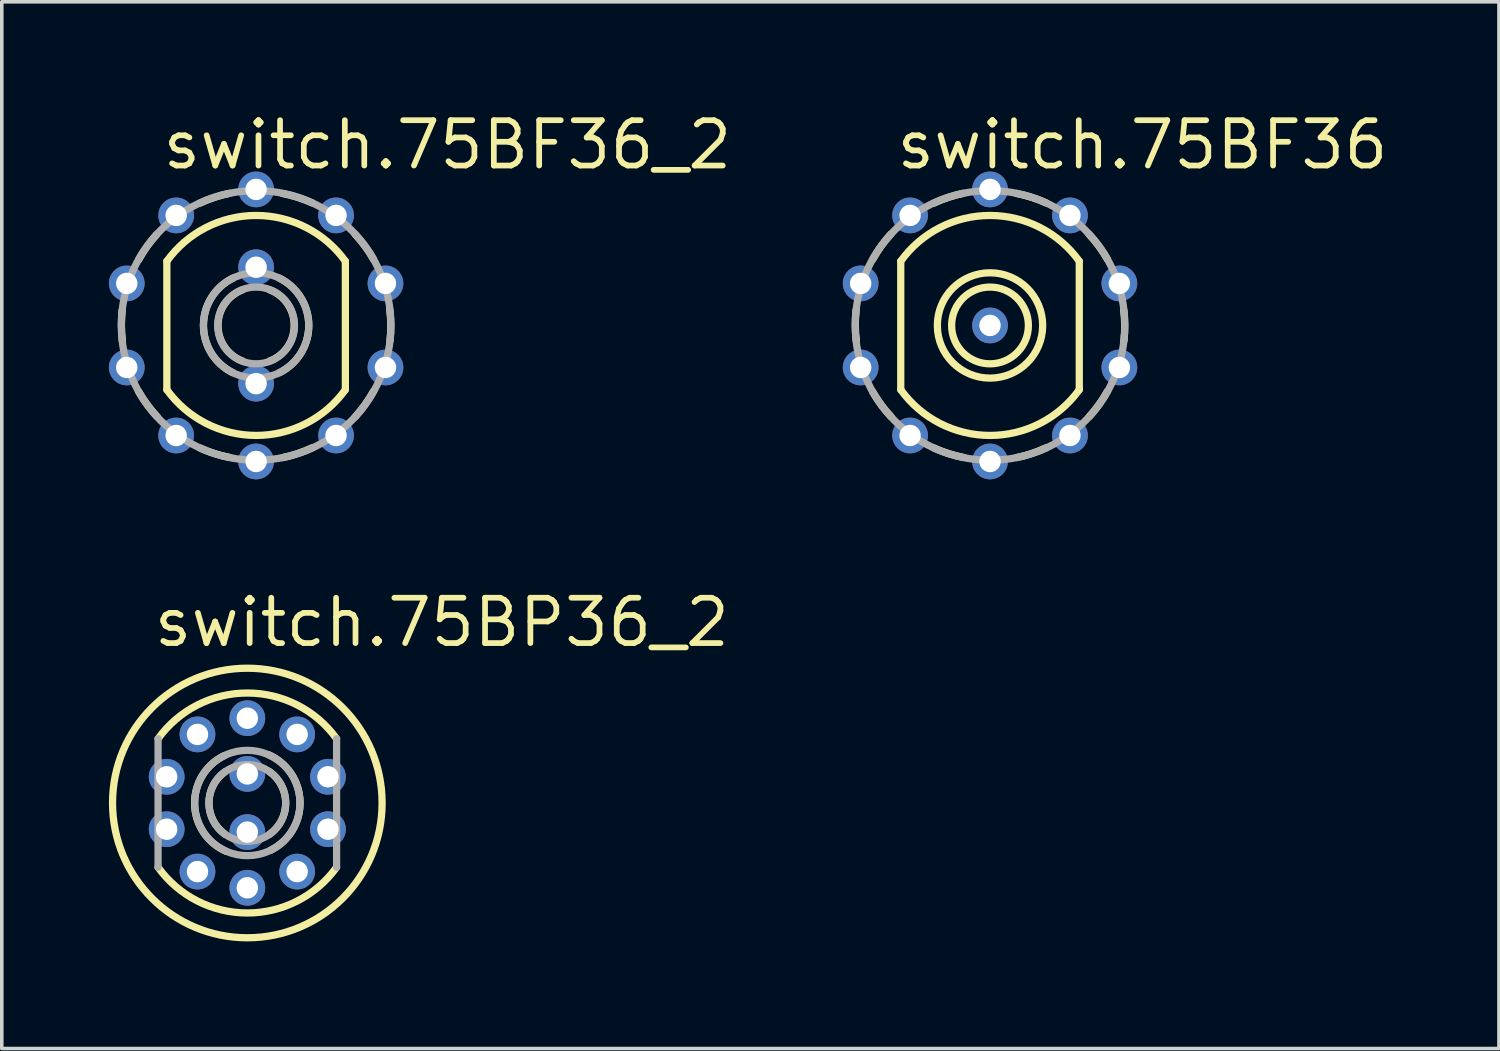
<source format=kicad_pcb>
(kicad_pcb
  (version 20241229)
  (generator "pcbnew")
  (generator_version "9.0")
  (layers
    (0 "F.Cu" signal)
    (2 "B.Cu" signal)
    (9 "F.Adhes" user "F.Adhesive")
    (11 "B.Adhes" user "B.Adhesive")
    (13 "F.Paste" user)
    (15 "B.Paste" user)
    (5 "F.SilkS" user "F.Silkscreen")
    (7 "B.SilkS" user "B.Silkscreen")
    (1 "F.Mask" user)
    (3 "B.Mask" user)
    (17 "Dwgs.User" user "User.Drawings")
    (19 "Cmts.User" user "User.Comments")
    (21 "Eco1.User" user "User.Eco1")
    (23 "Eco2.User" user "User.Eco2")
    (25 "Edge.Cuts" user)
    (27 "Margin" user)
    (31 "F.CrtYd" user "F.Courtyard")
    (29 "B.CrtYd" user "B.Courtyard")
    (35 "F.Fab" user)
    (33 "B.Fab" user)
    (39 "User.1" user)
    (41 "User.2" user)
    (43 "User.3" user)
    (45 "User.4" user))
  (footprint "switch.75BF36"
    (layer "F.Cu")
    (at 24.678 6.065)
    (property "Reference" "switch.75BF36" (at -2.7 -4.315 0) (layer "F.SilkS") (effects (font (size 1.27 1.27) (thickness 0.16)) (justify left bottom)))
    (attr through_hole)
    (fp_line (start -2.5 -1.8) (end -2.5 1.8) (stroke (width 0.203) (type default)) (layer "F.SilkS"))
    (fp_line (start 2.5 1.8) (end 2.5 -1.8) (stroke (width 0.203) (type default)) (layer "F.SilkS"))
    (fp_arc (start -3.744 0.4395) (mid -3.772389 0.00494) (end -3.7506 -0.43) (stroke (width 0.2032) (type default)) (layer "F.SilkS"))
    (fp_arc (start -3.2873 -1.8451) (mid -3.054809 -2.213393) (end -2.7815 -2.5525) (stroke (width 0.2032) (type default)) (layer "F.SilkS"))
    (fp_arc (start -2.7706 2.5562) (mid -3.048984 2.221299) (end -3.287 1.8566) (stroke (width 0.2032) (type default)) (layer "F.SilkS"))
    (fp_arc (start -2.5 -1.8) (mid 0 -3.080584) (end 2.5 -1.8) (stroke (width 0.2032) (type default)) (layer "F.SilkS"))
    (fp_arc (start -1.575 -3.425) (mid -1.170434 -3.586302) (end -0.75 -3.7) (stroke (width 0.2032) (type default)) (layer "F.SilkS"))
    (fp_arc (start -0.7389 3.6965) (mid -1.160973 3.589168) (end -1.5679 3.434) (stroke (width 0.2032) (type default)) (layer "F.SilkS"))
    (fp_arc (start 0.7389 -3.6965) (mid 1.160973 -3.589168) (end 1.5679 -3.434) (stroke (width 0.2032) (type default)) (layer "F.SilkS"))
    (fp_arc (start 1.575 3.425) (mid 1.170434 3.586302) (end 0.75 3.7) (stroke (width 0.2032) (type default)) (layer "F.SilkS"))
    (fp_arc (start 2.5 1.8) (mid 0 3.080584) (end -2.5 1.8) (stroke (width 0.2032) (type default)) (layer "F.SilkS"))
    (fp_arc (start 2.7706 -2.5562) (mid 3.048984 -2.221299) (end 3.287 -1.8566) (stroke (width 0.2032) (type default)) (layer "F.SilkS"))
    (fp_arc (start 3.2873 1.8451) (mid 3.054809 2.213393) (end 2.7815 2.5525) (stroke (width 0.2032) (type default)) (layer "F.SilkS"))
    (fp_arc (start 3.744 -0.4395) (mid 3.772389 -0.00494) (end 3.7506 0.43) (stroke (width 0.2032) (type default)) (layer "F.SilkS"))
    (fp_circle (center 0 0) (end 1.075 0) (stroke (width 0.203) (type default)) (fill no) (layer "F.SilkS"))
    (fp_circle (center 0 0) (end 1.475 0) (stroke (width 0.203) (type default)) (fill no) (layer "F.SilkS"))
    (fp_circle (center 0 0) (end 3.775 0) (stroke (width 0.203) (type default)) (fill no) (layer "F.Fab"))
    (pad "1" thru_hole circle (at 3.623 1.177 342) (size 1 1) (drill 0.6) (layers "*.Cu" "*.Mask"))
    (pad "2" thru_hole circle (at 2.239 3.082 306) (size 1 1) (drill 0.6) (layers "*.Cu" "*.Mask"))
    (pad "3" thru_hole circle (at 0 3.81 270) (size 1 1) (drill 0.6) (layers "*.Cu" "*.Mask"))
    (pad "4" thru_hole circle (at -2.239 3.082 234) (size 1 1) (drill 0.6) (layers "*.Cu" "*.Mask"))
    (pad "5" thru_hole circle (at -3.623 1.177 198) (size 1 1) (drill 0.6) (layers "*.Cu" "*.Mask"))
    (pad "6" thru_hole circle (at -3.623 -1.177 162) (size 1 1) (drill 0.6) (layers "*.Cu" "*.Mask"))
    (pad "7" thru_hole circle (at -2.239 -3.082 126) (size 1 1) (drill 0.6) (layers "*.Cu" "*.Mask"))
    (pad "8" thru_hole circle (at 0 -3.81 90) (size 1 1) (drill 0.6) (layers "*.Cu" "*.Mask"))
    (pad "9" thru_hole circle (at 2.239 -3.082 54) (size 1 1) (drill 0.6) (layers "*.Cu" "*.Mask"))
    (pad "10" thru_hole circle (at 3.623 -1.177 18) (size 1 1) (drill 0.6) (layers "*.Cu" "*.Mask"))
    (pad "C" thru_hole circle (at 0 0) (size 1 1) (drill 0.6) (layers "*.Cu" "*.Mask")))
  (footprint "switch.75BF36_2"
    (layer "F.Cu")
    (at 4.123 6.065)
    (property "Reference" "switch.75BF36_2" (at -2.7 -4.315 0) (layer "F.SilkS") (effects (font (size 1.27 1.27) (thickness 0.16)) (justify left bottom)))
    (attr through_hole)
    (fp_line (start -2.5 -1.8) (end -2.5 1.8) (stroke (width 0.203) (type default)) (layer "F.SilkS"))
    (fp_line (start 2.5 1.8) (end 2.5 -1.8) (stroke (width 0.203) (type default)) (layer "F.SilkS"))
    (fp_arc (start -3.744 0.4395) (mid -3.772389 0.00494) (end -3.7506 -0.43) (stroke (width 0.2032) (type default)) (layer "F.SilkS"))
    (fp_arc (start -3.2873 -1.8451) (mid -3.054809 -2.213393) (end -2.7815 -2.5525) (stroke (width 0.2032) (type default)) (layer "F.SilkS"))
    (fp_arc (start -2.7706 2.5562) (mid -3.048984 2.221299) (end -3.287 1.8566) (stroke (width 0.2032) (type default)) (layer "F.SilkS"))
    (fp_arc (start -2.5 -1.8) (mid 0 -3.080584) (end 2.5 -1.8) (stroke (width 0.2032) (type default)) (layer "F.SilkS"))
    (fp_arc (start -1.575 -3.425) (mid -1.170434 -3.586302) (end -0.75 -3.7) (stroke (width 0.2032) (type default)) (layer "F.SilkS"))
    (fp_arc (start -0.7389 3.6965) (mid -1.160973 3.589168) (end -1.5679 3.434) (stroke (width 0.2032) (type default)) (layer "F.SilkS"))
    (fp_arc (start -0.65 1.325) (mid -1.475008 0) (end -0.65 -1.325) (stroke (width 0.2032) (type default)) (layer "F.SilkS"))
    (fp_arc (start -0.375 1) (mid -1.068 0) (end -0.375 -1) (stroke (width 0.2032) (type default)) (layer "F.SilkS"))
    (fp_arc (start 0.375 -1) (mid 1.068 0) (end 0.375 1) (stroke (width 0.2032) (type default)) (layer "F.SilkS"))
    (fp_arc (start 0.65 -1.325) (mid 1.475008 0) (end 0.65 1.325) (stroke (width 0.2032) (type default)) (layer "F.SilkS"))
    (fp_arc (start 0.7389 -3.6965) (mid 1.160973 -3.589168) (end 1.5679 -3.434) (stroke (width 0.2032) (type default)) (layer "F.SilkS"))
    (fp_arc (start 1.575 3.425) (mid 1.170434 3.586302) (end 0.75 3.7) (stroke (width 0.2032) (type default)) (layer "F.SilkS"))
    (fp_arc (start 2.5 1.8) (mid 0 3.080584) (end -2.5 1.8) (stroke (width 0.2032) (type default)) (layer "F.SilkS"))
    (fp_arc (start 2.7706 -2.5562) (mid 3.048984 -2.221299) (end 3.287 -1.8566) (stroke (width 0.2032) (type default)) (layer "F.SilkS"))
    (fp_arc (start 3.2873 1.8451) (mid 3.054809 2.213393) (end 2.7815 2.5525) (stroke (width 0.2032) (type default)) (layer "F.SilkS"))
    (fp_arc (start 3.744 -0.4395) (mid 3.772389 -0.00494) (end 3.7506 0.43) (stroke (width 0.2032) (type default)) (layer "F.SilkS"))
    (fp_circle (center 0 0) (end 1.075 0) (stroke (width 0.203) (type default)) (fill no) (layer "F.Fab"))
    (fp_circle (center 0 0) (end 1.475 0) (stroke (width 0.203) (type default)) (fill no) (layer "F.Fab"))
    (fp_circle (center 0 0) (end 3.775 0) (stroke (width 0.203) (type default)) (fill no) (layer "F.Fab"))
    (pad "1" thru_hole circle (at 3.623 1.177 342) (size 1 1) (drill 0.6) (layers "*.Cu" "*.Mask"))
    (pad "2" thru_hole circle (at 2.239 3.082 306) (size 1 1) (drill 0.6) (layers "*.Cu" "*.Mask"))
    (pad "3" thru_hole circle (at 0 3.81 270) (size 1 1) (drill 0.6) (layers "*.Cu" "*.Mask"))
    (pad "4" thru_hole circle (at -2.239 3.082 234) (size 1 1) (drill 0.6) (layers "*.Cu" "*.Mask"))
    (pad "5" thru_hole circle (at -3.623 1.177 198) (size 1 1) (drill 0.6) (layers "*.Cu" "*.Mask"))
    (pad "6" thru_hole circle (at -3.623 -1.177 162) (size 1 1) (drill 0.6) (layers "*.Cu" "*.Mask"))
    (pad "7" thru_hole circle (at -2.239 -3.082 126) (size 1 1) (drill 0.6) (layers "*.Cu" "*.Mask"))
    (pad "8" thru_hole circle (at 0 -3.81 90) (size 1 1) (drill 0.6) (layers "*.Cu" "*.Mask"))
    (pad "9" thru_hole circle (at 2.239 -3.082 54) (size 1 1) (drill 0.6) (layers "*.Cu" "*.Mask"))
    (pad "10" thru_hole circle (at 3.623 -1.177 18) (size 1 1) (drill 0.6) (layers "*.Cu" "*.Mask"))
    (pad "C1" thru_hole circle (at 0 1.63) (size 1 1) (drill 0.6) (layers "*.Cu" "*.Mask"))
    (pad "C2" thru_hole circle (at 0 -1.63) (size 1 1) (drill 0.6) (layers "*.Cu" "*.Mask")))
  (footprint "switch.75BP36_2"
    (layer "F.Cu")
    (at 3.877 19.44)
    (property "Reference" "switch.75BP36_2" (at -2.7 -4.315 0) (layer "F.SilkS") (effects (font (size 1.27 1.27) (thickness 0.16)) (justify left bottom)))
    (attr through_hole)
    (fp_arc (start -2.5 -1.8) (mid 0 -3.080584) (end 2.5 -1.8) (stroke (width 0.2032) (type default)) (layer "F.SilkS"))
    (fp_arc (start -0.625 0.875) (mid -1.075291 0) (end -0.625 -0.875) (stroke (width 0.2032) (type default)) (layer "F.SilkS"))
    (fp_arc (start -0.6 1.35) (mid -1.476324 0.028413) (end -0.65 -1.325) (stroke (width 0.2032) (type default)) (layer "F.SilkS"))
    (fp_arc (start 0.6 -1.35) (mid 1.476324 -0.028413) (end 0.65 1.325) (stroke (width 0.2032) (type default)) (layer "F.SilkS"))
    (fp_arc (start 0.625 -0.875) (mid 1.075291 0) (end 0.625 0.875) (stroke (width 0.2032) (type default)) (layer "F.SilkS"))
    (fp_arc (start 2.5 1.8) (mid 0 3.080584) (end -2.5 1.8) (stroke (width 0.2032) (type default)) (layer "F.SilkS"))
    (fp_circle (center 0 0) (end 3.775 0) (stroke (width 0.203) (type default)) (fill no) (layer "F.SilkS"))
    (fp_line (start -2.5 -1.8) (end -2.5 1.8) (stroke (width 0.203) (type default)) (layer "F.Fab"))
    (fp_line (start 2.5 1.8) (end 2.5 -1.8) (stroke (width 0.203) (type default)) (layer "F.Fab"))
    (fp_circle (center 0 0) (end 1.075 0) (stroke (width 0.203) (type default)) (fill no) (layer "F.Fab"))
    (fp_circle (center 0 0) (end 1.475 0) (stroke (width 0.203) (type default)) (fill no) (layer "F.Fab"))
    (pad "1" thru_hole circle (at 2.259 0.734 342) (size 1 1) (drill 0.6) (layers "*.Cu" "*.Mask"))
    (pad "2" thru_hole circle (at 1.396 1.921 306) (size 1 1) (drill 0.6) (layers "*.Cu" "*.Mask"))
    (pad "3" thru_hole circle (at 0 2.375 270) (size 1 1) (drill 0.6) (layers "*.Cu" "*.Mask"))
    (pad "4" thru_hole circle (at -1.396 1.921 234) (size 1 1) (drill 0.6) (layers "*.Cu" "*.Mask"))
    (pad "5" thru_hole circle (at -2.259 0.734 198) (size 1 1) (drill 0.6) (layers "*.Cu" "*.Mask"))
    (pad "6" thru_hole circle (at -2.259 -0.734 162) (size 1 1) (drill 0.6) (layers "*.Cu" "*.Mask"))
    (pad "7" thru_hole circle (at -1.396 -1.921 126) (size 1 1) (drill 0.6) (layers "*.Cu" "*.Mask"))
    (pad "8" thru_hole circle (at 0 -2.375 90) (size 1 1) (drill 0.6) (layers "*.Cu" "*.Mask"))
    (pad "9" thru_hole circle (at 1.396 -1.921 54) (size 1 1) (drill 0.6) (layers "*.Cu" "*.Mask"))
    (pad "10" thru_hole circle (at 2.259 -0.734 18) (size 1 1) (drill 0.6) (layers "*.Cu" "*.Mask"))
    (pad "C1" thru_hole circle (at 0 0.815) (size 1 1) (drill 0.6) (layers "*.Cu" "*.Mask"))
    (pad "C2" thru_hole circle (at 0 -0.815) (size 1 1) (drill 0.6) (layers "*.Cu" "*.Mask")))
  (gr_rect
    (start -3 -3)
    (end 38.932 26.317)
    (stroke (width 0.1) (type default))
    (fill no)
    (layer "Edge.Cuts")))
</source>
